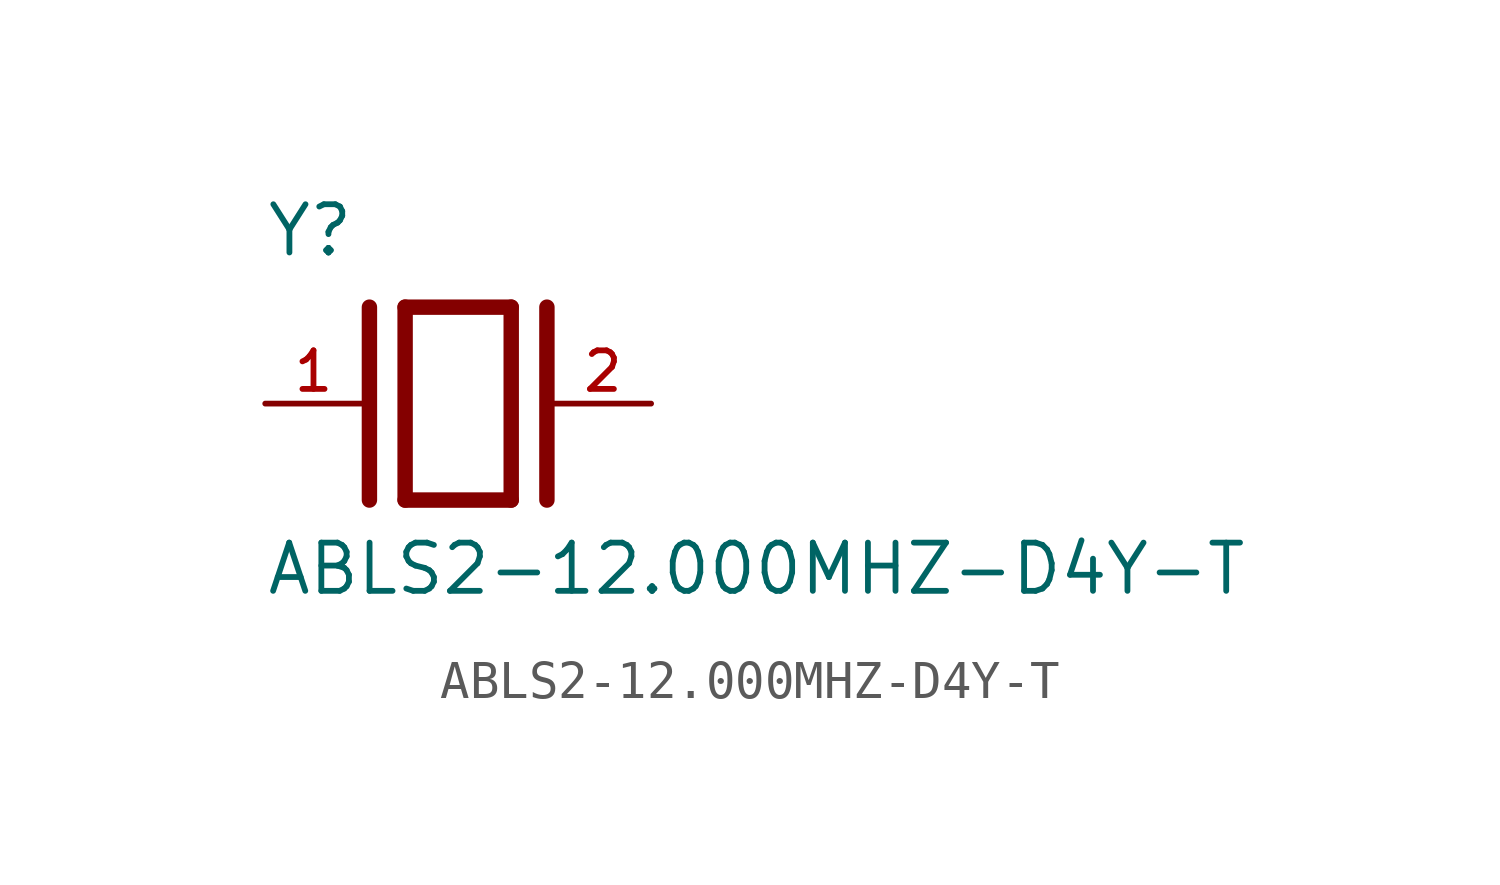
<source format=kicad_sym>
(kicad_symbol_lib
  (version 20211014)
  (generator kicad_symbol_editor)
  (symbol "ABLS2-12.000MHZ-D4Y-T"
    (pin_names
      (offset 1.016))
    (property "Reference" "Y"
      (at -5.088 3.816 0)
      (effects (font (size 1.27 1.27)) (justify bottom left)))
    (property "Value" "ABLS2-12.000MHZ-D4Y-T"
      (at -5.094 -5.094 0)
      (effects (font (size 1.27 1.27)) (justify bottom left)))
    (symbol "ABLS2-12.000MHZ-D4Y-T_0_0"
      (polyline (pts (xy -1.397 2.54) (xy 1.397 2.54)) (stroke (width 0.406)))
      (polyline (pts (xy 1.397 2.54) (xy 1.397 -2.54)) (stroke (width 0.406)))
      (polyline (pts (xy 1.397 -2.54) (xy -1.397 -2.54)) (stroke (width 0.406)))
      (polyline (pts (xy -1.397 2.54) (xy -1.397 -2.54)) (stroke (width 0.406)))
      (polyline (pts (xy 2.337 2.54) (xy 2.337 -2.54)) (stroke (width 0.406)))
      (polyline (pts (xy -2.337 2.54) (xy -2.337 -2.54)) (stroke (width 0.406)))
      (pin passive line (at 5.08 0.0 180.0) (length 2.54) (name "~" (effects (font (size 1.016 1.016)))) (number "2" (effects (font (size 1.016 1.016)))))
      (pin passive line (at -5.08 0.0 0) (length 2.54) (name "~" (effects (font (size 1.016 1.016)))) (number "1" (effects (font (size 1.016 1.016))))))))
</source>
